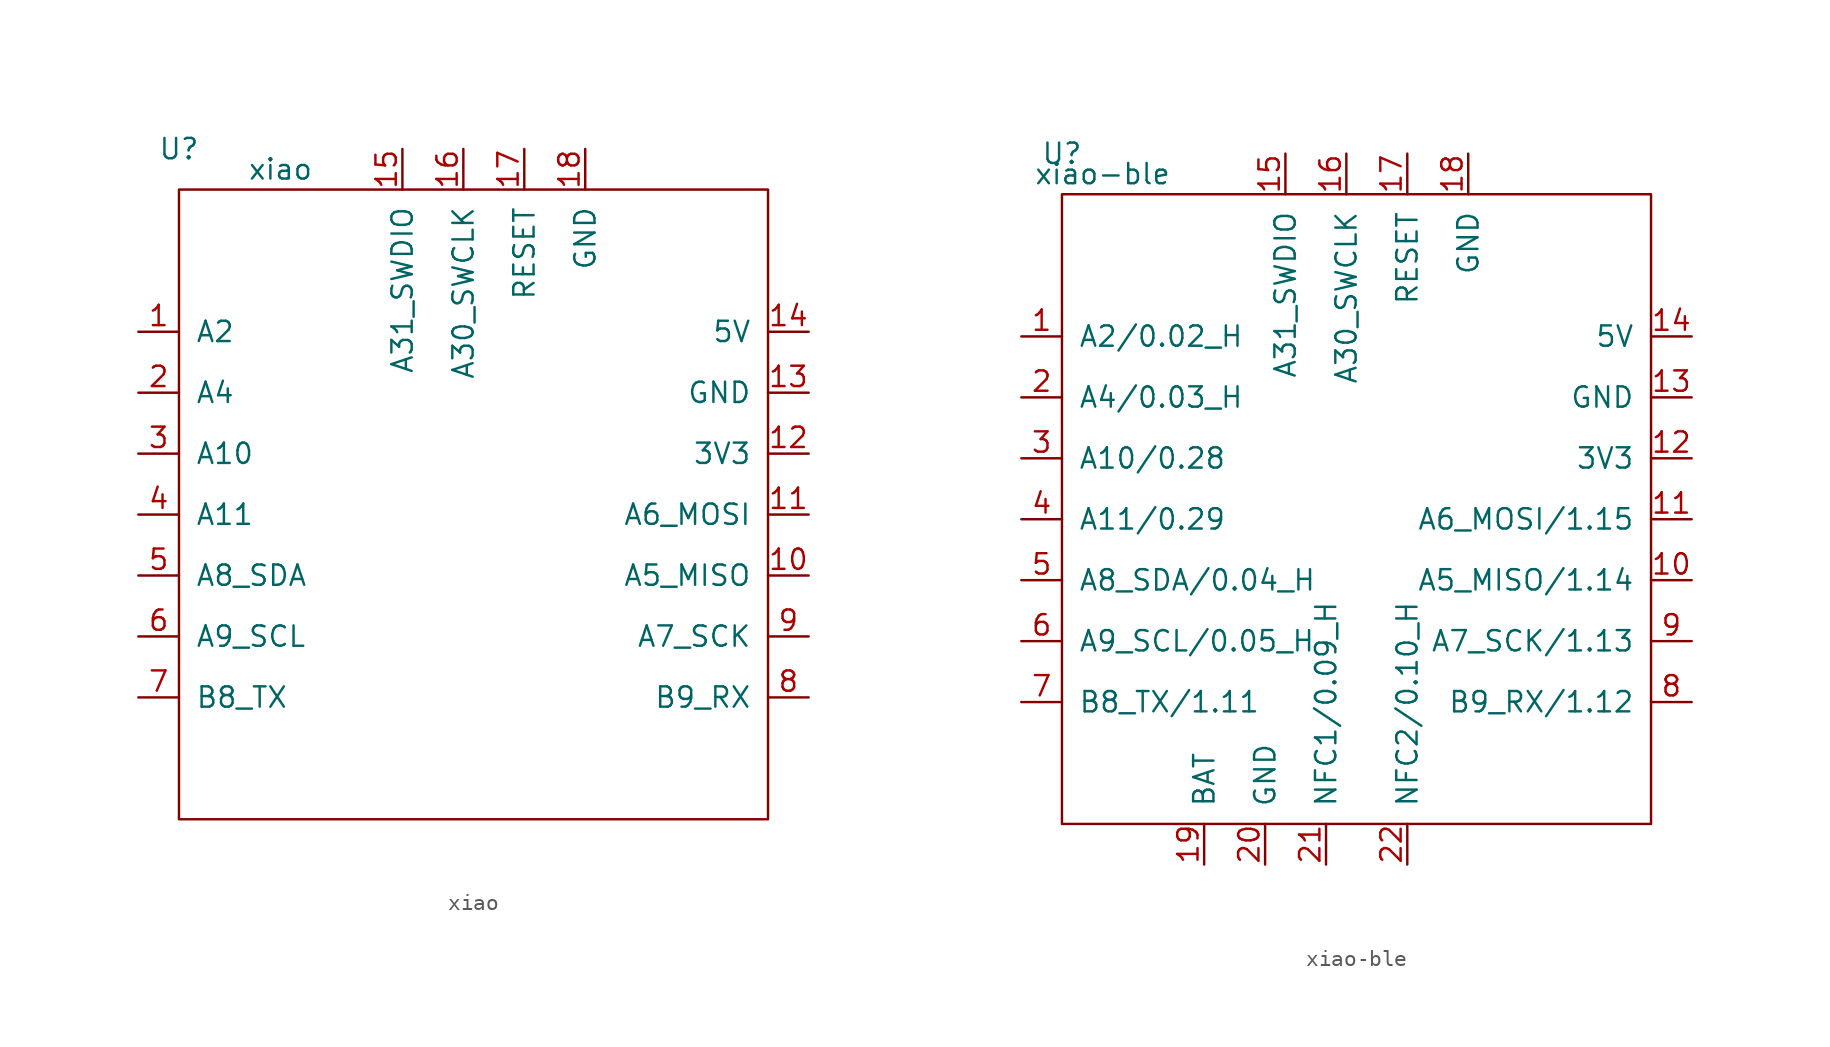
<source format=kicad_sym>
(kicad_symbol_lib
  (version 20210619)
  (generator kicad_symbol_editor)
  (symbol "xiao:xiao"
    (pin_names
      (offset 1.016))
    (property "Reference" "U"
      (at -19.05 22.86 0)
      (effects (font (size 1.27 1.27))))
    (property "Value" "xiao"
      (at -12.7 21.59 0)
      (effects (font (size 1.27 1.27))))
    (symbol "xiao_0_1"
      (rectangle (start -19.05 20.32) (end 17.78 -19.05) (stroke (width 0)) (fill (type none))))
    (symbol "xiao_1_1"
      (pin bidirectional line (at -21.59 11.43 0) (length 2.54) (name "A2" (effects (font (size 1.27 1.27)))) (number "1" (effects (font (size 1.27 1.27)))))
      (pin bidirectional line (at 20.32 -3.81 180) (length 2.54) (name "A5_MISO" (effects (font (size 1.27 1.27)))) (number "10" (effects (font (size 1.27 1.27)))))
      (pin bidirectional line (at 20.32 0 180) (length 2.54) (name "A6_MOSI" (effects (font (size 1.27 1.27)))) (number "11" (effects (font (size 1.27 1.27)))))
      (pin power_out line (at 20.32 3.81 180) (length 2.54) (name "3V3" (effects (font (size 1.27 1.27)))) (number "12" (effects (font (size 1.27 1.27)))))
      (pin power_out line (at 20.32 7.62 180) (length 2.54) (name "GND" (effects (font (size 1.27 1.27)))) (number "13" (effects (font (size 1.27 1.27)))))
      (pin power_out line (at 20.32 11.43 180) (length 2.54) (name "5V" (effects (font (size 1.27 1.27)))) (number "14" (effects (font (size 1.27 1.27)))))
      (pin input line (at -5.08 22.86 270) (length 2.54) (name "A31_SWDIO" (effects (font (size 1.27 1.27)))) (number "15" (effects (font (size 1.27 1.27)))))
      (pin input line (at -1.27 22.86 270) (length 2.54) (name "A30_SWCLK" (effects (font (size 1.27 1.27)))) (number "16" (effects (font (size 1.27 1.27)))))
      (pin input line (at 2.54 22.86 270) (length 2.54) (name "RESET" (effects (font (size 1.27 1.27)))) (number "17" (effects (font (size 1.27 1.27)))))
      (pin power_out line (at 6.35 22.86 270) (length 2.54) (name "GND" (effects (font (size 1.27 1.27)))) (number "18" (effects (font (size 1.27 1.27)))))
      (pin bidirectional line (at -21.59 7.62 0) (length 2.54) (name "A4" (effects (font (size 1.27 1.27)))) (number "2" (effects (font (size 1.27 1.27)))))
      (pin bidirectional line (at -21.59 3.81 0) (length 2.54) (name "A10" (effects (font (size 1.27 1.27)))) (number "3" (effects (font (size 1.27 1.27)))))
      (pin bidirectional line (at -21.59 0 0) (length 2.54) (name "A11" (effects (font (size 1.27 1.27)))) (number "4" (effects (font (size 1.27 1.27)))))
      (pin bidirectional line (at -21.59 -3.81 0) (length 2.54) (name "A8_SDA" (effects (font (size 1.27 1.27)))) (number "5" (effects (font (size 1.27 1.27)))))
      (pin bidirectional line (at -21.59 -7.62 0) (length 2.54) (name "A9_SCL" (effects (font (size 1.27 1.27)))) (number "6" (effects (font (size 1.27 1.27)))))
      (pin bidirectional line (at -21.59 -11.43 0) (length 2.54) (name "B8_TX" (effects (font (size 1.27 1.27)))) (number "7" (effects (font (size 1.27 1.27)))))
      (pin bidirectional line (at 20.32 -11.43 180) (length 2.54) (name "B9_RX" (effects (font (size 1.27 1.27)))) (number "8" (effects (font (size 1.27 1.27)))))
      (pin bidirectional line (at 20.32 -7.62 180) (length 2.54) (name "A7_SCK" (effects (font (size 1.27 1.27)))) (number "9" (effects (font (size 1.27 1.27)))))))
  (symbol "xiao:xiao-ble"
    (pin_names
      (offset 1.016))
    (property "Reference" "U"
      (at -19.05 22.86 0)
      (effects (font (size 1.27 1.27))))
    (property "Value" "xiao-ble"
      (at -16.51 21.59 0)
      (effects (font (size 1.27 1.27))))
    (symbol "xiao-ble_0_1"
      (rectangle (start -19.05 20.32) (end 17.78 -19.05) (stroke (width 0)) (fill (type none))))
    (symbol "xiao-ble_1_1"
      (pin bidirectional line (at -21.59 11.43 0) (length 2.54) (name "A2/0.02_H" (effects (font (size 1.27 1.27)))) (number "1" (effects (font (size 1.27 1.27)))))
      (pin bidirectional line (at 20.32 -3.81 180) (length 2.54) (name "A5_MISO/1.14" (effects (font (size 1.27 1.27)))) (number "10" (effects (font (size 1.27 1.27)))))
      (pin bidirectional line (at 20.32 0 180) (length 2.54) (name "A6_MOSI/1.15" (effects (font (size 1.27 1.27)))) (number "11" (effects (font (size 1.27 1.27)))))
      (pin power_out line (at 20.32 3.81 180) (length 2.54) (name "3V3" (effects (font (size 1.27 1.27)))) (number "12" (effects (font (size 1.27 1.27)))))
      (pin power_out line (at 20.32 7.62 180) (length 2.54) (name "GND" (effects (font (size 1.27 1.27)))) (number "13" (effects (font (size 1.27 1.27)))))
      (pin power_out line (at 20.32 11.43 180) (length 2.54) (name "5V" (effects (font (size 1.27 1.27)))) (number "14" (effects (font (size 1.27 1.27)))))
      (pin input line (at -5.08 22.86 270) (length 2.54) (name "A31_SWDIO" (effects (font (size 1.27 1.27)))) (number "15" (effects (font (size 1.27 1.27)))))
      (pin input line (at -1.27 22.86 270) (length 2.54) (name "A30_SWCLK" (effects (font (size 1.27 1.27)))) (number "16" (effects (font (size 1.27 1.27)))))
      (pin input line (at 2.54 22.86 270) (length 2.54) (name "RESET" (effects (font (size 1.27 1.27)))) (number "17" (effects (font (size 1.27 1.27)))))
      (pin power_out line (at 6.35 22.86 270) (length 2.54) (name "GND" (effects (font (size 1.27 1.27)))) (number "18" (effects (font (size 1.27 1.27)))))
      (pin bidirectional line (at -10.16 -21.59 90) (length 2.54) (name "BAT" (effects (font (size 1.27 1.27)))) (number "19" (effects (font (size 1.27 1.27)))))
      (pin bidirectional line (at -21.59 7.62 0) (length 2.54) (name "A4/0.03_H" (effects (font (size 1.27 1.27)))) (number "2" (effects (font (size 1.27 1.27)))))
      (pin power_out line (at -6.35 -21.59 90) (length 2.54) (name "GND" (effects (font (size 1.27 1.27)))) (number "20" (effects (font (size 1.27 1.27)))))
      (pin bidirectional line (at -2.54 -21.59 90) (length 2.54) (name "NFC1/0.09_H" (effects (font (size 1.27 1.27)))) (number "21" (effects (font (size 1.27 1.27)))))
      (pin bidirectional line (at 2.54 -21.59 90) (length 2.54) (name "NFC2/0.10_H" (effects (font (size 1.27 1.27)))) (number "22" (effects (font (size 1.27 1.27)))))
      (pin bidirectional line (at -21.59 3.81 0) (length 2.54) (name "A10/0.28" (effects (font (size 1.27 1.27)))) (number "3" (effects (font (size 1.27 1.27)))))
      (pin bidirectional line (at -21.59 0 0) (length 2.54) (name "A11/0.29" (effects (font (size 1.27 1.27)))) (number "4" (effects (font (size 1.27 1.27)))))
      (pin bidirectional line (at -21.59 -3.81 0) (length 2.54) (name "A8_SDA/0.04_H" (effects (font (size 1.27 1.27)))) (number "5" (effects (font (size 1.27 1.27)))))
      (pin bidirectional line (at -21.59 -7.62 0) (length 2.54) (name "A9_SCL/0.05_H" (effects (font (size 1.27 1.27)))) (number "6" (effects (font (size 1.27 1.27)))))
      (pin bidirectional line (at -21.59 -11.43 0) (length 2.54) (name "B8_TX/1.11" (effects (font (size 1.27 1.27)))) (number "7" (effects (font (size 1.27 1.27)))))
      (pin bidirectional line (at 20.32 -11.43 180) (length 2.54) (name "B9_RX/1.12" (effects (font (size 1.27 1.27)))) (number "8" (effects (font (size 1.27 1.27)))))
      (pin bidirectional line (at 20.32 -7.62 180) (length 2.54) (name "A7_SCK/1.13" (effects (font (size 1.27 1.27)))) (number "9" (effects (font (size 1.27 1.27))))))))
</source>
